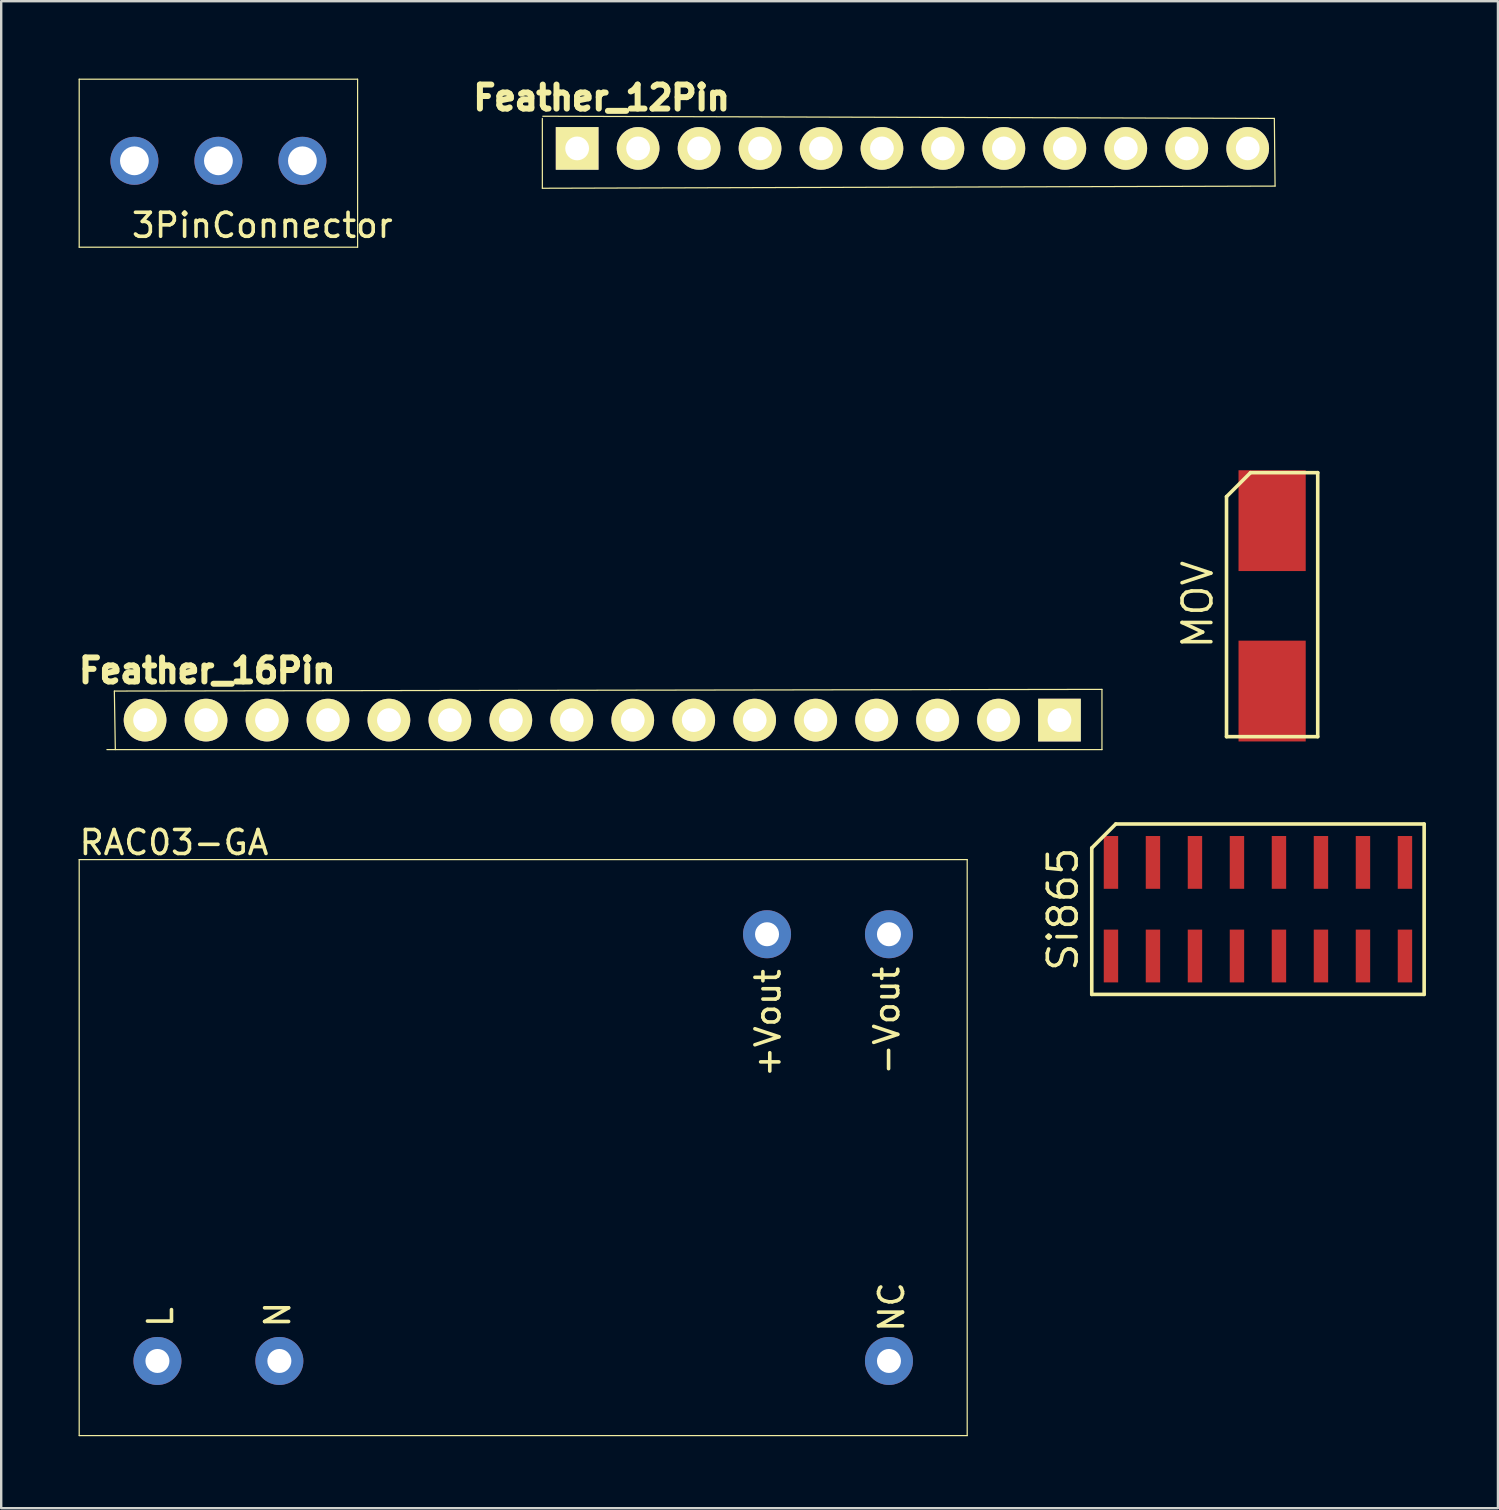
<source format=kicad_pcb>
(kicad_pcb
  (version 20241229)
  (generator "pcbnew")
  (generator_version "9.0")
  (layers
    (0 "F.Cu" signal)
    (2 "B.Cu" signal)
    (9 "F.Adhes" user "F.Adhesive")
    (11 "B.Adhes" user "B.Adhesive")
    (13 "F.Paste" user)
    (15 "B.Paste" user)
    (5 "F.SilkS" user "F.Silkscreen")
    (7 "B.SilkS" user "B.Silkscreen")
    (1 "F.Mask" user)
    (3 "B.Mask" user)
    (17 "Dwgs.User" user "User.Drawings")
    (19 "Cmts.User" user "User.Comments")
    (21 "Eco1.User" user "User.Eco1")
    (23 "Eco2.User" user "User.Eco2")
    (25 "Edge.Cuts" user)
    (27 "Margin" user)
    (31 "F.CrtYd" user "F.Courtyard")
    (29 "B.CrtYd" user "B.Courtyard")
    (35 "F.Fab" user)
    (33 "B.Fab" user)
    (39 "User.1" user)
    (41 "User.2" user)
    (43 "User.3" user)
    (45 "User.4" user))
  (footprint "MOV"
    (layer "F.Cu")
    (at 49.955 22.144)
    (property "Reference" "MOV" (at -3.1 0 90) (layer "F.SilkS") (effects (font (size 1.2 1.2) (thickness 0.15))))
    (attr through_hole)
    (fp_line (start -1.9 -4.5) (end -1.9 5.5) (stroke (width 0.15) (type solid)) (layer "F.SilkS"))
    (fp_line (start -1.9 5.5) (end 1.9 5.5) (stroke (width 0.15) (type solid)) (layer "F.SilkS"))
    (fp_line (start -0.9 -5.5) (end -1.9 -4.5) (stroke (width 0.15) (type solid)) (layer "F.SilkS"))
    (fp_line (start 1.9 -5.5) (end -0.9 -5.5) (stroke (width 0.15) (type solid)) (layer "F.SilkS"))
    (fp_line (start 1.9 5.5) (end 1.9 -5.5) (stroke (width 0.15) (type solid)) (layer "F.SilkS"))
    (pad "1" smd rect (at 0 3.6) (size 2.8 4.2) (layers "F.Cu" "F.Mask" "F.Paste"))
    (pad "2" smd rect (at 0 -3.5) (size 2.8 4.2) (layers "F.Cu" "F.Mask" "F.Paste")))
  (footprint "Feather_16Pin"
    (layer "F.Cu")
    (at 22.045 16.794)
    (property "Reference" "Feather_16Pin" (at -16.46 8.1 180) (layer "F.SilkS") (effects (font (size 1 1) (thickness 0.25))))
    (attr through_hole)
    (fp_line (start -20.64 11.39) (end 20.82 11.39) (stroke (width 0.05) (type solid)) (layer "F.SilkS"))
    (fp_line (start -20.33 8.95) (end -20.29 11.39) (stroke (width 0.05) (type solid)) (layer "F.SilkS"))
    (fp_line (start 20.82 8.88) (end -20.33 8.95) (stroke (width 0.05) (type solid)) (layer "F.SilkS"))
    (fp_line (start 20.82 11.39) (end 20.82 8.88) (stroke (width 0.05) (type solid)) (layer "F.SilkS"))
    (pad "1" thru_hole rect (at 19.05 10.16) (size 1.778 1.778) (drill 0.991) (layers "*.Cu" "*.Mask" "F.SilkS"))
    (pad "2" thru_hole circle (at 16.51 10.16) (size 1.778 1.778) (drill 0.991) (layers "*.Cu" "*.Mask" "F.SilkS"))
    (pad "3" thru_hole circle (at 13.97 10.16) (size 1.778 1.778) (drill 0.991) (layers "*.Cu" "*.Mask" "F.SilkS"))
    (pad "4" thru_hole circle (at 11.43 10.16) (size 1.778 1.778) (drill 0.991) (layers "*.Cu" "*.Mask" "F.SilkS"))
    (pad "5" thru_hole circle (at 8.89 10.16) (size 1.778 1.778) (drill 0.991) (layers "*.Cu" "*.Mask" "F.SilkS"))
    (pad "6" thru_hole circle (at 6.35 10.16) (size 1.778 1.778) (drill 0.991) (layers "*.Cu" "*.Mask" "F.SilkS"))
    (pad "7" thru_hole circle (at 3.81 10.16) (size 1.778 1.778) (drill 0.991) (layers "*.Cu" "*.Mask" "F.SilkS"))
    (pad "8" thru_hole circle (at 1.27 10.16) (size 1.778 1.778) (drill 0.991) (layers "*.Cu" "*.Mask" "F.SilkS"))
    (pad "9" thru_hole circle (at -1.27 10.16) (size 1.778 1.778) (drill 0.991) (layers "*.Cu" "*.Mask" "F.SilkS"))
    (pad "10" thru_hole circle (at -3.81 10.16) (size 1.778 1.778) (drill 0.991) (layers "*.Cu" "*.Mask" "F.SilkS"))
    (pad "11" thru_hole circle (at -6.35 10.16) (size 1.778 1.778) (drill 0.991) (layers "*.Cu" "*.Mask" "F.SilkS"))
    (pad "12" thru_hole circle (at -8.89 10.16) (size 1.778 1.778) (drill 0.991) (layers "*.Cu" "*.Mask" "F.SilkS"))
    (pad "13" thru_hole circle (at -11.43 10.16) (size 1.778 1.778) (drill 0.991) (layers "*.Cu" "*.Mask" "F.SilkS"))
    (pad "14" thru_hole circle (at -13.97 10.16) (size 1.778 1.778) (drill 0.991) (layers "*.Cu" "*.Mask" "F.SilkS"))
    (pad "15" thru_hole circle (at -16.51 10.16) (size 1.778 1.778) (drill 0.991) (layers "*.Cu" "*.Mask" "F.SilkS"))
    (pad "16" thru_hole circle (at -19.05 10.16) (size 1.778 1.778) (drill 0.991) (layers "*.Cu" "*.Mask" "F.SilkS")))
  (footprint "3PinConnector"
    (layer "F.Cu")
    (at 0.25 0.25)
    (property "Reference" "3PinConnector" (at 7.63 6.09 0) (layer "F.SilkS") (effects (font (size 1 1) (thickness 0.15))))
    (attr through_hole)
    (fp_line (start 0 0) (end 11.6 0) (stroke (width 0.05) (type solid)) (layer "F.SilkS"))
    (fp_line (start 0 7) (end 0 0) (stroke (width 0.05) (type solid)) (layer "F.SilkS"))
    (fp_line (start 11.6 0) (end 11.6 7) (stroke (width 0.05) (type solid)) (layer "F.SilkS"))
    (fp_line (start 11.6 7) (end 0 7) (stroke (width 0.05) (type solid)) (layer "F.SilkS"))
    (pad "1" thru_hole circle (at 2.3 3.4) (size 2 2) (drill 1.2) (layers "*.Cu" "*.Mask"))
    (pad "2" thru_hole circle (at 5.8 3.4) (size 2 2) (drill 1.2) (layers "*.Cu" "*.Mask"))
    (pad "3" thru_hole circle (at 9.3 3.4) (size 2 2) (drill 1.2) (layers "*.Cu" "*.Mask")))
  (footprint "Feather_12Pin"
    (layer "F.Cu")
    (at 29.888 13.294)
    (property "Reference" "Feather_12Pin" (at -7.87 -12.27 180) (layer "F.SilkS") (effects (font (size 1 1) (thickness 0.25))))
    (attr through_hole)
    (fp_line (start -10.34 -8.5) (end -10.34 -11.41) (stroke (width 0.05) (type solid)) (layer "F.SilkS"))
    (fp_line (start -10.32 -11.5) (end 20.16 -11.41) (stroke (width 0.05) (type solid)) (layer "F.SilkS"))
    (fp_line (start 20.16 -11.41) (end 20.19 -8.59) (stroke (width 0.05) (type solid)) (layer "F.SilkS"))
    (fp_line (start 20.19 -8.59) (end -10.34 -8.5) (stroke (width 0.05) (type solid)) (layer "F.SilkS"))
    (pad "17" thru_hole rect (at -8.89 -10.16) (size 1.778 1.778) (drill 0.991) (layers "*.Cu" "*.Mask" "F.SilkS"))
    (pad "18" thru_hole circle (at -6.35 -10.16) (size 1.778 1.778) (drill 0.991) (layers "*.Cu" "*.Mask" "F.SilkS"))
    (pad "19" thru_hole circle (at -3.81 -10.16) (size 1.778 1.778) (drill 0.991) (layers "*.Cu" "*.Mask" "F.SilkS"))
    (pad "20" thru_hole circle (at -1.27 -10.16) (size 1.778 1.778) (drill 0.991) (layers "*.Cu" "*.Mask" "F.SilkS"))
    (pad "21" thru_hole circle (at 1.27 -10.16) (size 1.778 1.778) (drill 0.991) (layers "*.Cu" "*.Mask" "F.SilkS"))
    (pad "22" thru_hole circle (at 3.81 -10.16) (size 1.778 1.778) (drill 0.991) (layers "*.Cu" "*.Mask" "F.SilkS"))
    (pad "23" thru_hole circle (at 6.35 -10.16) (size 1.778 1.778) (drill 0.991) (layers "*.Cu" "*.Mask" "F.SilkS"))
    (pad "24" thru_hole circle (at 8.89 -10.16) (size 1.778 1.778) (drill 0.991) (layers "*.Cu" "*.Mask" "F.SilkS"))
    (pad "25" thru_hole circle (at 11.43 -10.16) (size 1.778 1.778) (drill 0.991) (layers "*.Cu" "*.Mask" "F.SilkS"))
    (pad "26" thru_hole circle (at 13.97 -10.16) (size 1.778 1.778) (drill 0.991) (layers "*.Cu" "*.Mask" "F.SilkS"))
    (pad "27" thru_hole circle (at 16.51 -10.16) (size 1.778 1.778) (drill 0.991) (layers "*.Cu" "*.Mask" "F.SilkS"))
    (pad "28" thru_hole circle (at 19.05 -10.16) (size 1.778 1.778) (drill 0.991) (layers "*.Cu" "*.Mask" "F.SilkS")))
  (footprint "Si865"
    (layer "F.Cu")
    (at 49.365 34.834)
    (property "Reference" "Si865" (at -8.125 0 90) (layer "F.SilkS") (effects (font (size 1.2 1.2) (thickness 0.15))))
    (attr through_hole)
    (fp_line (start -6.925 -2.55) (end -6.925 3.55) (stroke (width 0.15) (type solid)) (layer "F.SilkS"))
    (fp_line (start -6.925 3.55) (end 6.925 3.55) (stroke (width 0.15) (type solid)) (layer "F.SilkS"))
    (fp_line (start -5.925 -3.55) (end -6.925 -2.55) (stroke (width 0.15) (type solid)) (layer "F.SilkS"))
    (fp_line (start 6.925 -3.55) (end -5.925 -3.55) (stroke (width 0.15) (type solid)) (layer "F.SilkS"))
    (fp_line (start 6.925 3.55) (end 6.925 -3.55) (stroke (width 0.15) (type solid)) (layer "F.SilkS"))
    (pad "1" smd rect (at -6.125 1.95) (size 0.6 2.2) (layers "F.Cu" "F.Mask" "F.Paste"))
    (pad "2" smd rect (at -4.375 1.95) (size 0.6 2.2) (layers "F.Cu" "F.Mask" "F.Paste"))
    (pad "3" smd rect (at -2.625 1.95) (size 0.6 2.2) (layers "F.Cu" "F.Mask" "F.Paste"))
    (pad "4" smd rect (at -0.875 1.95) (size 0.6 2.2) (layers "F.Cu" "F.Mask" "F.Paste"))
    (pad "5" smd rect (at 0.875 1.95) (size 0.6 2.2) (layers "F.Cu" "F.Mask" "F.Paste"))
    (pad "6" smd rect (at 2.625 1.95) (size 0.6 2.2) (layers "F.Cu" "F.Mask" "F.Paste"))
    (pad "7" smd rect (at 4.375 1.95) (size 0.6 2.2) (layers "F.Cu" "F.Mask" "F.Paste"))
    (pad "8" smd rect (at 6.125 1.95) (size 0.6 2.2) (layers "F.Cu" "F.Mask" "F.Paste"))
    (pad "9" smd rect (at 6.125 -1.95) (size 0.6 2.2) (layers "F.Cu" "F.Mask" "F.Paste"))
    (pad "10" smd rect (at 4.375 -1.95) (size 0.6 2.2) (layers "F.Cu" "F.Mask" "F.Paste"))
    (pad "11" smd rect (at 2.625 -1.95) (size 0.6 2.2) (layers "F.Cu" "F.Mask" "F.Paste"))
    (pad "12" smd rect (at 0.875 -1.95) (size 0.6 2.2) (layers "F.Cu" "F.Mask" "F.Paste"))
    (pad "13" smd rect (at -0.875 -1.95) (size 0.6 2.2) (layers "F.Cu" "F.Mask" "F.Paste"))
    (pad "14" smd rect (at -2.625 -1.95) (size 0.6 2.2) (layers "F.Cu" "F.Mask" "F.Paste"))
    (pad "15" smd rect (at -4.375 -1.95) (size 0.6 2.2) (layers "F.Cu" "F.Mask" "F.Paste"))
    (pad "16" smd rect (at -6.125 -1.95) (size 0.6 2.2) (layers "F.Cu" "F.Mask" "F.Paste")))
  (footprint "RAC03-GA"
    (layer "F.Cu")
    (at 0.25 32.767)
    (property "Reference" "RAC03-GA" (at 3.95 -0.71 0) (layer "F.SilkS") (effects (font (size 1 1) (thickness 0.15))))
    (attr through_hole)
    (fp_line (start 0 0) (end 37 0) (stroke (width 0.05) (type solid)) (layer "F.SilkS"))
    (fp_line (start 0 24) (end 0 0) (stroke (width 0.05) (type solid)) (layer "F.SilkS"))
    (fp_line (start 37 0) (end 37 24) (stroke (width 0.05) (type solid)) (layer "F.SilkS"))
    (fp_line (start 37 24) (end 0 24) (stroke (width 0.05) (type solid)) (layer "F.SilkS"))
    (fp_text user "N" (at 8.27 18.96 90) (layer "F.SilkS") (effects (font (size 1 1) (thickness 0.15))))
    (fp_text user "L" (at 3.39 19.06 90) (layer "F.SilkS") (effects (font (size 1 1) (thickness 0.15))))
    (fp_text user "NC" (at 33.85 18.64 90) (layer "F.SilkS") (effects (font (size 1 1) (thickness 0.15))))
    (fp_text user "+Vout" (at 28.7 6.81 90) (layer "F.SilkS") (effects (font (size 1 1) (thickness 0.15))))
    (fp_text user "-Vout" (at 33.65 6.71 90) (layer "F.SilkS") (effects (font (size 1 1) (thickness 0.15))))
    (pad "1" thru_hole circle (at 3.26 20.89) (size 2 2) (drill 1) (layers "*.Cu" "*.Mask"))
    (pad "2" thru_hole circle (at 8.34 20.89) (size 2 2) (drill 1) (layers "*.Cu" "*.Mask"))
    (pad "3" thru_hole circle (at 33.74 20.89) (size 2 2) (drill 1) (layers "*.Cu" "*.Mask"))
    (pad "4" thru_hole circle (at 33.74 3.11) (size 2 2) (drill 1) (layers "*.Cu" "*.Mask"))
    (pad "5" thru_hole circle (at 28.66 3.11) (size 2 2) (drill 1) (layers "*.Cu" "*.Mask")))
  (gr_rect
    (start -3 -3)
    (end 59.365 59.792)
    (stroke (width 0.1) (type default))
    (fill no)
    (layer "Edge.Cuts")))
</source>
